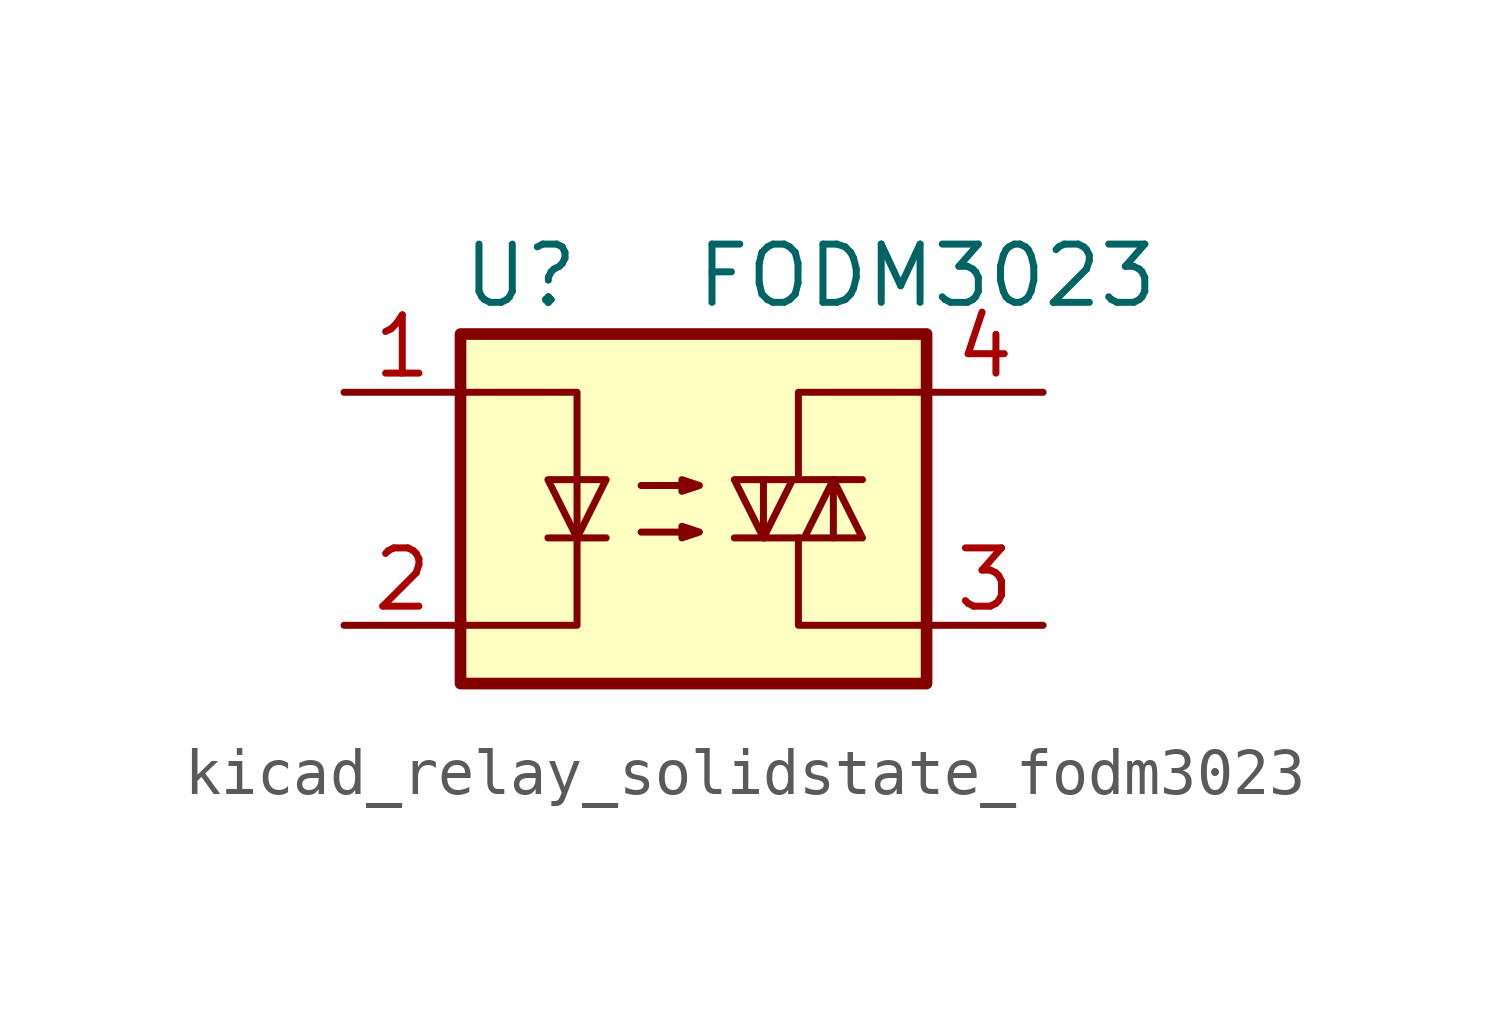
<source format=kicad_sym>
(kicad_symbol_lib
  (version 20220914)
  (generator kicad_symbol_editor)
  (symbol "kicad_relay_solidstate_fodm3023"
    (property "Reference" "U"
      (at -5.08 5.08 0)
      (effects (font (size 1.27 1.27)) (justify left)))
    (property "Value" "FODM3023"
      (at 0 5.08 0)
      (effects (font (size 1.27 1.27)) (justify left)))
    (symbol "kicad_relay_solidstate_fodm3023_0_1"
      (rectangle (start -5.08 3.81) (end 5.08 -3.81) (stroke (width 0.254) (type default)) (fill (type background)))
      (polyline (pts (xy -3.175 -0.635) (xy -1.905 -0.635)) (stroke (width 0) (type default)) (fill (type none)))
      (polyline (pts (xy 1.524 -0.635) (xy 1.524 0.635)) (stroke (width 0) (type default)) (fill (type none)))
      (polyline (pts (xy 3.048 0.635) (xy 3.048 -0.635)) (stroke (width 0) (type default)) (fill (type none)))
      (polyline (pts (xy 2.286 -0.635) (xy 2.286 -2.54) (xy 5.08 -2.54)) (stroke (width 0) (type default)) (fill (type none)))
      (polyline (pts (xy 2.286 0.635) (xy 2.286 2.54) (xy 5.08 2.54)) (stroke (width 0) (type default)) (fill (type none)))
      (polyline (pts (xy -5.08 2.54) (xy -2.54 2.54) (xy -2.54 -2.54) (xy -5.08 -2.54)) (stroke (width 0) (type default)) (fill (type none)))
      (polyline (pts (xy -2.54 -0.635) (xy -3.175 0.635) (xy -1.905 0.635) (xy -2.54 -0.635)) (stroke (width 0) (type default)) (fill (type none)))
      (polyline (pts (xy 0.889 -0.635) (xy 3.683 -0.635) (xy 3.048 0.635) (xy 2.413 -0.635)) (stroke (width 0) (type default)) (fill (type none)))
      (polyline (pts (xy 3.683 0.635) (xy 0.889 0.635) (xy 1.524 -0.635) (xy 2.159 0.635)) (stroke (width 0) (type default)) (fill (type none)))
      (polyline (pts (xy -1.143 -0.508) (xy 0.127 -0.508) (xy -0.254 -0.635) (xy -0.254 -0.381) (xy 0.127 -0.508)) (stroke (width 0) (type default)) (fill (type none)))
      (polyline (pts (xy -1.143 0.508) (xy 0.127 0.508) (xy -0.254 0.381) (xy -0.254 0.635) (xy 0.127 0.508)) (stroke (width 0) (type default)) (fill (type none))))
    (symbol "kicad_relay_solidstate_fodm3023_1_1"
      (pin passive line (at -7.62 2.54 0) (length 2.54) (name "~" (effects (font (size 1.27 1.27)))) (number "1" (effects (font (size 1.27 1.27)))))
      (pin passive line (at -7.62 -2.54 0) (length 2.54) (name "~" (effects (font (size 1.27 1.27)))) (number "2" (effects (font (size 1.27 1.27)))))
      (pin passive line (at 7.62 -2.54 180) (length 2.54) (name "~" (effects (font (size 1.27 1.27)))) (number "3" (effects (font (size 1.27 1.27)))))
      (pin passive line (at 7.62 2.54 180) (length 2.54) (name "~" (effects (font (size 1.27 1.27)))) (number "4" (effects (font (size 1.27 1.27))))))))
</source>
